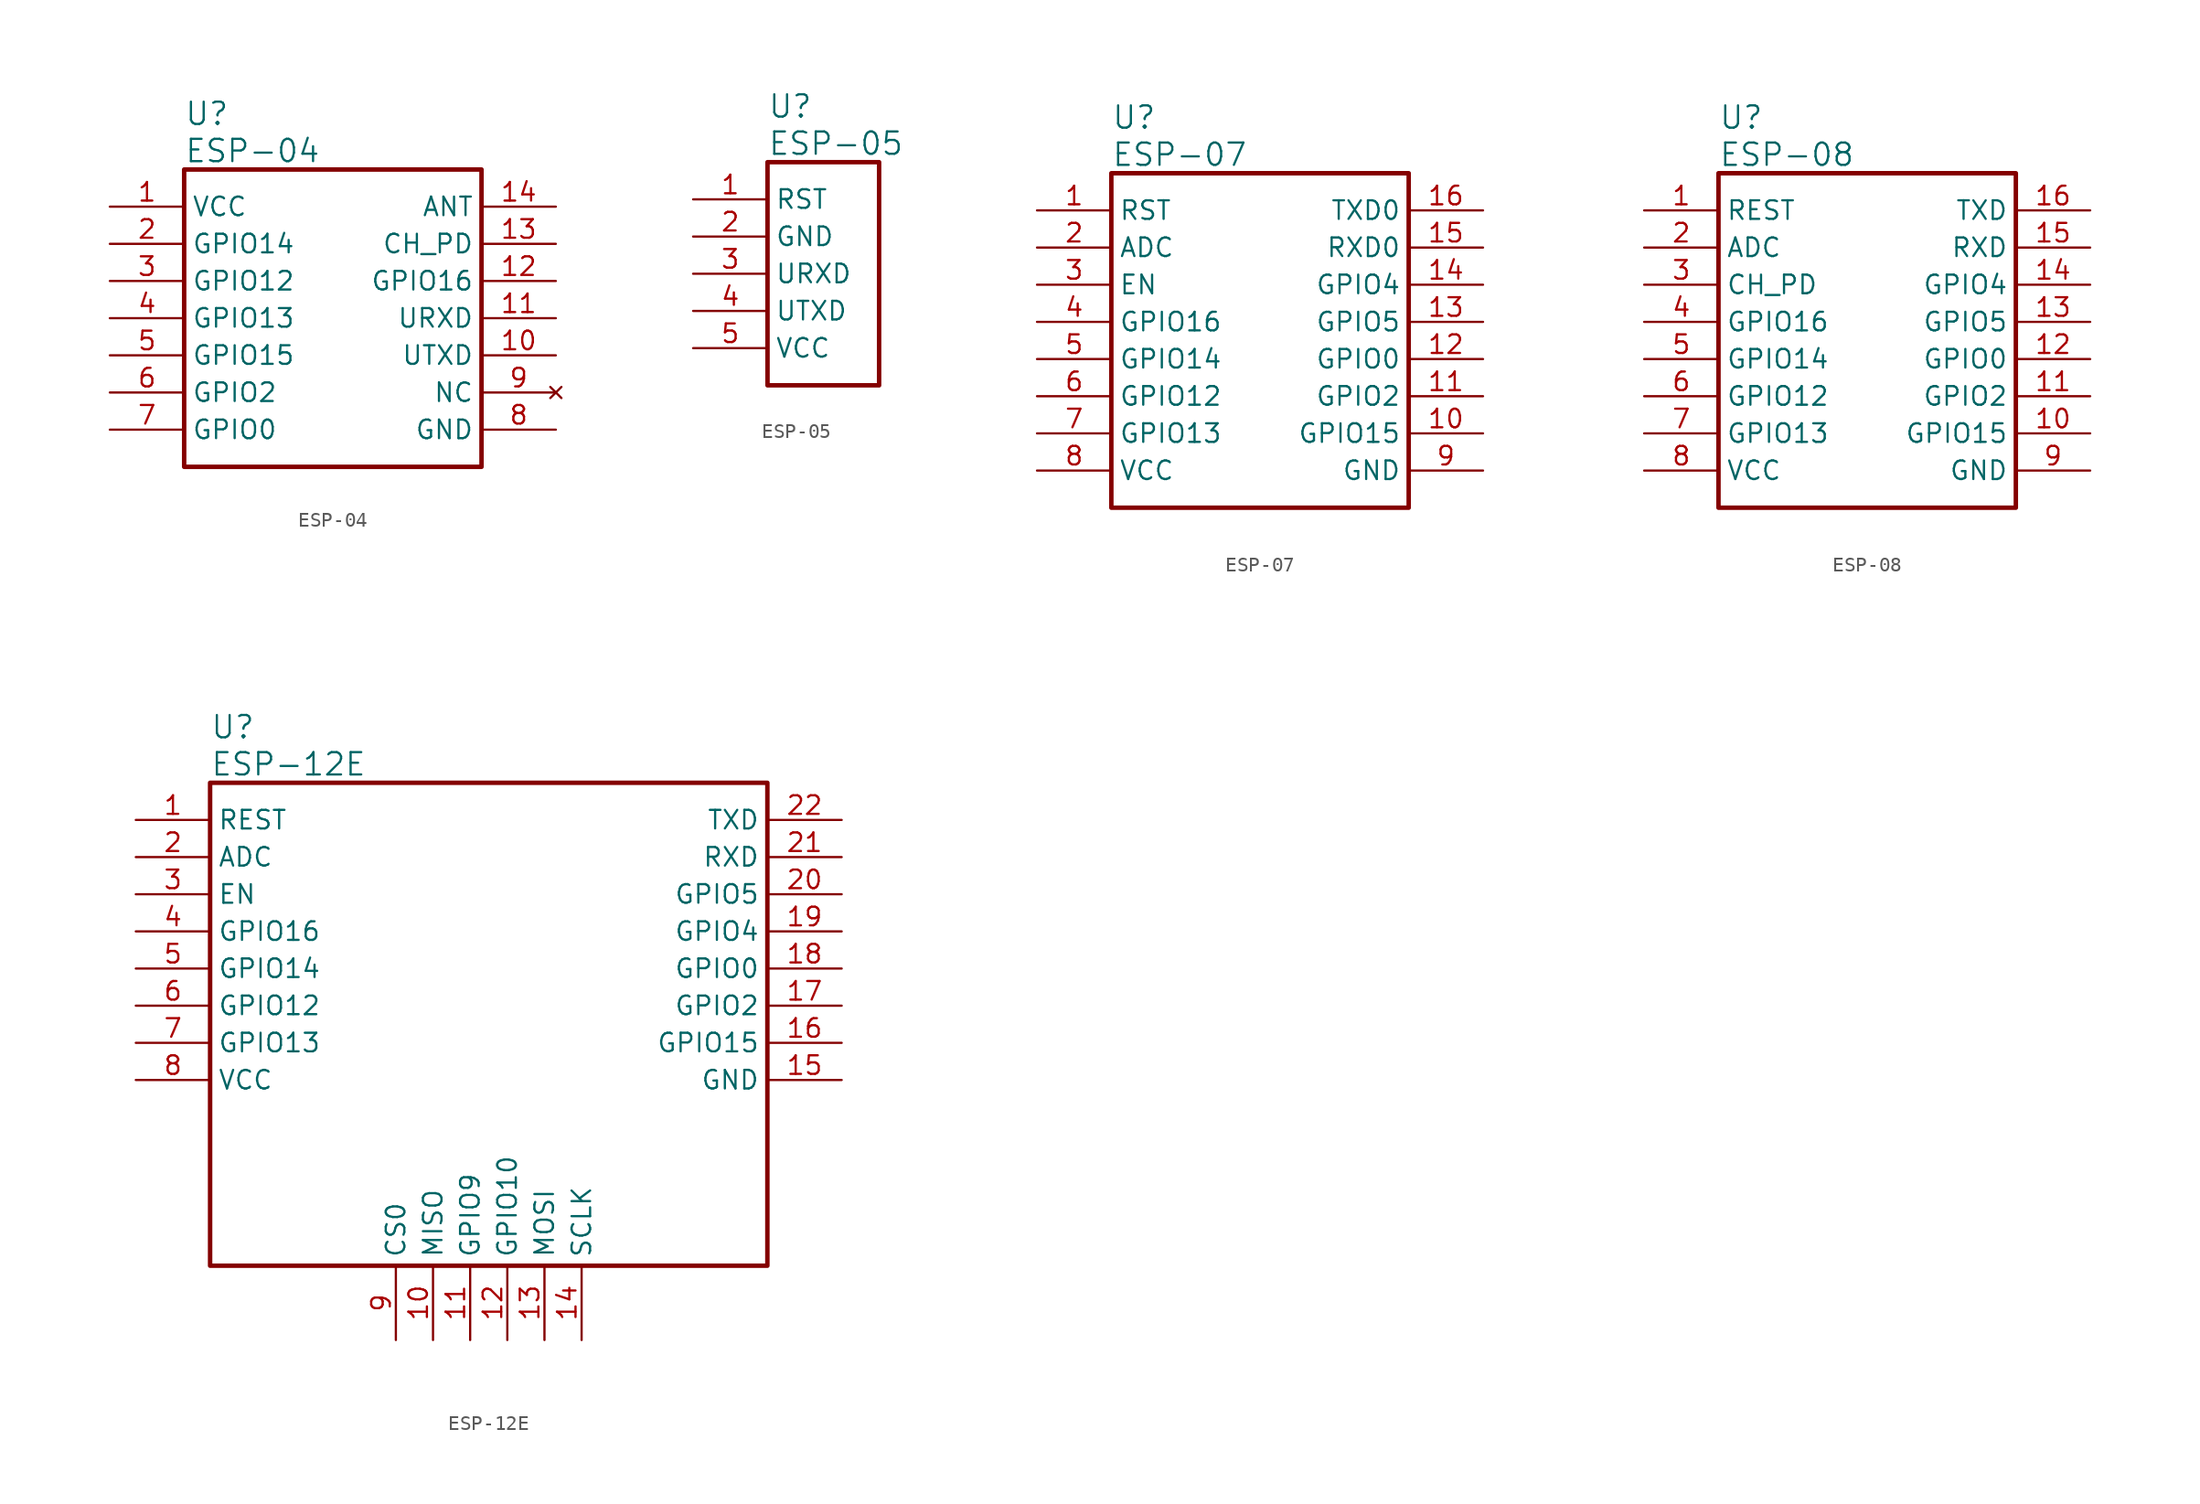
<source format=kicad_sym>
(kicad_symbol_lib
  (version 20201005)
  (generator kicad_symbol_editor)
  (symbol "Zimprich_neu:ESP-04"
    (property "Reference" "U"
      (at 5.08 6.35 0)
      (effects (font (size 1.524 1.524)) (justify left)))
    (property "Value" "ESP-04"
      (at 5.08 3.81 0)
      (effects (font (size 1.524 1.524)) (justify left)))
    (property "ki_locked" ""
      (at 0 0 0)
      (effects (font (size 1.27 1.27))))
    (symbol "ESP-04_1_1"
      (rectangle (start 5.08 2.54) (end 25.4 -17.78) (stroke (width 0.305)) (fill (type none)))
      (pin power_in line (at 0 0 0) (length 5.08) (name "VCC" (effects (font (size 1.27 1.27)))) (number "1" (effects (font (size 1.27 1.27)))))
      (pin output line (at 30.48 -10.16 180) (length 5.08) (name "UTXD" (effects (font (size 1.27 1.27)))) (number "10" (effects (font (size 1.27 1.27)))))
      (pin input line (at 30.48 -7.62 180) (length 5.08) (name "URXD" (effects (font (size 1.27 1.27)))) (number "11" (effects (font (size 1.27 1.27)))))
      (pin bidirectional line (at 30.48 -5.08 180) (length 5.08) (name "GPIO16" (effects (font (size 1.27 1.27)))) (number "12" (effects (font (size 1.27 1.27)))))
      (pin input line (at 30.48 -2.54 180) (length 5.08) (name "CH_PD" (effects (font (size 1.27 1.27)))) (number "13" (effects (font (size 1.27 1.27)))))
      (pin unspecified line (at 30.48 0 180) (length 5.08) (name "ANT" (effects (font (size 1.27 1.27)))) (number "14" (effects (font (size 1.27 1.27)))))
      (pin bidirectional line (at 0 -2.54 0) (length 5.08) (name "GPIO14" (effects (font (size 1.27 1.27)))) (number "2" (effects (font (size 1.27 1.27)))))
      (pin bidirectional line (at 0 -5.08 0) (length 5.08) (name "GPIO12" (effects (font (size 1.27 1.27)))) (number "3" (effects (font (size 1.27 1.27)))))
      (pin bidirectional line (at 0 -7.62 0) (length 5.08) (name "GPIO13" (effects (font (size 1.27 1.27)))) (number "4" (effects (font (size 1.27 1.27)))))
      (pin bidirectional line (at 0 -10.16 0) (length 5.08) (name "GPIO15" (effects (font (size 1.27 1.27)))) (number "5" (effects (font (size 1.27 1.27)))))
      (pin bidirectional line (at 0 -12.7 0) (length 5.08) (name "GPIO2" (effects (font (size 1.27 1.27)))) (number "6" (effects (font (size 1.27 1.27)))))
      (pin bidirectional line (at 0 -15.24 0) (length 5.08) (name "GPIO0" (effects (font (size 1.27 1.27)))) (number "7" (effects (font (size 1.27 1.27)))))
      (pin power_in line (at 30.48 -15.24 180) (length 5.08) (name "GND" (effects (font (size 1.27 1.27)))) (number "8" (effects (font (size 1.27 1.27)))))
      (pin unconnected line (at 30.48 -12.7 180) (length 5.08) (name "NC" (effects (font (size 1.27 1.27)))) (number "9" (effects (font (size 1.27 1.27)))))))
  (symbol "Zimprich_neu:ESP-05"
    (property "Reference" "U"
      (at 5.08 6.35 0)
      (effects (font (size 1.524 1.524)) (justify left)))
    (property "Value" "ESP-05"
      (at 5.08 3.81 0)
      (effects (font (size 1.524 1.524)) (justify left)))
    (property "ki_locked" ""
      (at 0 0 0)
      (effects (font (size 1.27 1.27))))
    (symbol "ESP-05_1_1"
      (rectangle (start 5.08 2.54) (end 12.7 -12.7) (stroke (width 0.305)) (fill (type none)))
      (pin input line (at 0 0 0) (length 5.08) (name "RST" (effects (font (size 1.27 1.27)))) (number "1" (effects (font (size 1.27 1.27)))))
      (pin power_in line (at 0 -2.54 0) (length 5.08) (name "GND" (effects (font (size 1.27 1.27)))) (number "2" (effects (font (size 1.27 1.27)))))
      (pin input line (at 0 -5.08 0) (length 5.08) (name "URXD" (effects (font (size 1.27 1.27)))) (number "3" (effects (font (size 1.27 1.27)))))
      (pin output line (at 0 -7.62 0) (length 5.08) (name "UTXD" (effects (font (size 1.27 1.27)))) (number "4" (effects (font (size 1.27 1.27)))))
      (pin power_in line (at 0 -10.16 0) (length 5.08) (name "VCC" (effects (font (size 1.27 1.27)))) (number "5" (effects (font (size 1.27 1.27)))))))
  (symbol "Zimprich_neu:ESP-07"
    (property "Reference" "U"
      (at 5.08 6.35 0)
      (effects (font (size 1.524 1.524)) (justify left)))
    (property "Value" "ESP-07"
      (at 5.08 3.81 0)
      (effects (font (size 1.524 1.524)) (justify left)))
    (property "ki_locked" ""
      (at 0 0 0)
      (effects (font (size 1.27 1.27))))
    (symbol "ESP-07_1_1"
      (rectangle (start 5.08 2.54) (end 25.4 -20.32) (stroke (width 0.305)) (fill (type none)))
      (pin input line (at 0 0 0) (length 5.08) (name "RST" (effects (font (size 1.27 1.27)))) (number "1" (effects (font (size 1.27 1.27)))))
      (pin bidirectional line (at 30.48 -15.24 180) (length 5.08) (name "GPIO15" (effects (font (size 1.27 1.27)))) (number "10" (effects (font (size 1.27 1.27)))))
      (pin bidirectional line (at 30.48 -12.7 180) (length 5.08) (name "GPIO2" (effects (font (size 1.27 1.27)))) (number "11" (effects (font (size 1.27 1.27)))))
      (pin bidirectional line (at 30.48 -10.16 180) (length 5.08) (name "GPIO0" (effects (font (size 1.27 1.27)))) (number "12" (effects (font (size 1.27 1.27)))))
      (pin bidirectional line (at 30.48 -7.62 180) (length 5.08) (name "GPIO5" (effects (font (size 1.27 1.27)))) (number "13" (effects (font (size 1.27 1.27)))))
      (pin bidirectional line (at 30.48 -5.08 180) (length 5.08) (name "GPIO4" (effects (font (size 1.27 1.27)))) (number "14" (effects (font (size 1.27 1.27)))))
      (pin input line (at 30.48 -2.54 180) (length 5.08) (name "RXD0" (effects (font (size 1.27 1.27)))) (number "15" (effects (font (size 1.27 1.27)))))
      (pin output line (at 30.48 0 180) (length 5.08) (name "TXD0" (effects (font (size 1.27 1.27)))) (number "16" (effects (font (size 1.27 1.27)))))
      (pin passive line (at 0 -2.54 0) (length 5.08) (name "ADC" (effects (font (size 1.27 1.27)))) (number "2" (effects (font (size 1.27 1.27)))))
      (pin input line (at 0 -5.08 0) (length 5.08) (name "EN" (effects (font (size 1.27 1.27)))) (number "3" (effects (font (size 1.27 1.27)))))
      (pin bidirectional line (at 0 -7.62 0) (length 5.08) (name "GPIO16" (effects (font (size 1.27 1.27)))) (number "4" (effects (font (size 1.27 1.27)))))
      (pin bidirectional line (at 0 -10.16 0) (length 5.08) (name "GPIO14" (effects (font (size 1.27 1.27)))) (number "5" (effects (font (size 1.27 1.27)))))
      (pin bidirectional line (at 0 -12.7 0) (length 5.08) (name "GPIO12" (effects (font (size 1.27 1.27)))) (number "6" (effects (font (size 1.27 1.27)))))
      (pin bidirectional line (at 0 -15.24 0) (length 5.08) (name "GPIO13" (effects (font (size 1.27 1.27)))) (number "7" (effects (font (size 1.27 1.27)))))
      (pin power_in line (at 0 -17.78 0) (length 5.08) (name "VCC" (effects (font (size 1.27 1.27)))) (number "8" (effects (font (size 1.27 1.27)))))
      (pin power_in line (at 30.48 -17.78 180) (length 5.08) (name "GND" (effects (font (size 1.27 1.27)))) (number "9" (effects (font (size 1.27 1.27)))))))
  (symbol "Zimprich_neu:ESP-08"
    (property "Reference" "U"
      (at 5.08 6.35 0)
      (effects (font (size 1.524 1.524)) (justify left)))
    (property "Value" "ESP-08"
      (at 5.08 3.81 0)
      (effects (font (size 1.524 1.524)) (justify left)))
    (property "ki_locked" ""
      (at 0 0 0)
      (effects (font (size 1.27 1.27))))
    (symbol "ESP-08_1_1"
      (rectangle (start 5.08 2.54) (end 25.4 -20.32) (stroke (width 0.305)) (fill (type none)))
      (pin input line (at 0 0 0) (length 5.08) (name "REST" (effects (font (size 1.27 1.27)))) (number "1" (effects (font (size 1.27 1.27)))))
      (pin bidirectional line (at 30.48 -15.24 180) (length 5.08) (name "GPIO15" (effects (font (size 1.27 1.27)))) (number "10" (effects (font (size 1.27 1.27)))))
      (pin bidirectional line (at 30.48 -12.7 180) (length 5.08) (name "GPIO2" (effects (font (size 1.27 1.27)))) (number "11" (effects (font (size 1.27 1.27)))))
      (pin bidirectional line (at 30.48 -10.16 180) (length 5.08) (name "GPIO0" (effects (font (size 1.27 1.27)))) (number "12" (effects (font (size 1.27 1.27)))))
      (pin bidirectional line (at 30.48 -7.62 180) (length 5.08) (name "GPIO5" (effects (font (size 1.27 1.27)))) (number "13" (effects (font (size 1.27 1.27)))))
      (pin bidirectional line (at 30.48 -5.08 180) (length 5.08) (name "GPIO4" (effects (font (size 1.27 1.27)))) (number "14" (effects (font (size 1.27 1.27)))))
      (pin input line (at 30.48 -2.54 180) (length 5.08) (name "RXD" (effects (font (size 1.27 1.27)))) (number "15" (effects (font (size 1.27 1.27)))))
      (pin output line (at 30.48 0 180) (length 5.08) (name "TXD" (effects (font (size 1.27 1.27)))) (number "16" (effects (font (size 1.27 1.27)))))
      (pin passive line (at 0 -2.54 0) (length 5.08) (name "ADC" (effects (font (size 1.27 1.27)))) (number "2" (effects (font (size 1.27 1.27)))))
      (pin input line (at 0 -5.08 0) (length 5.08) (name "CH_PD" (effects (font (size 1.27 1.27)))) (number "3" (effects (font (size 1.27 1.27)))))
      (pin bidirectional line (at 0 -7.62 0) (length 5.08) (name "GPIO16" (effects (font (size 1.27 1.27)))) (number "4" (effects (font (size 1.27 1.27)))))
      (pin bidirectional line (at 0 -10.16 0) (length 5.08) (name "GPIO14" (effects (font (size 1.27 1.27)))) (number "5" (effects (font (size 1.27 1.27)))))
      (pin bidirectional line (at 0 -12.7 0) (length 5.08) (name "GPIO12" (effects (font (size 1.27 1.27)))) (number "6" (effects (font (size 1.27 1.27)))))
      (pin bidirectional line (at 0 -15.24 0) (length 5.08) (name "GPIO13" (effects (font (size 1.27 1.27)))) (number "7" (effects (font (size 1.27 1.27)))))
      (pin power_in line (at 0 -17.78 0) (length 5.08) (name "VCC" (effects (font (size 1.27 1.27)))) (number "8" (effects (font (size 1.27 1.27)))))
      (pin power_in line (at 30.48 -17.78 180) (length 5.08) (name "GND" (effects (font (size 1.27 1.27)))) (number "9" (effects (font (size 1.27 1.27)))))))
  (symbol "Zimprich_neu:ESP-12E"
    (property "Reference" "U"
      (at 5.08 6.35 0)
      (effects (font (size 1.524 1.524)) (justify left)))
    (property "Value" "ESP-12E"
      (at 5.08 3.81 0)
      (effects (font (size 1.524 1.524)) (justify left)))
    (property "ki_locked" ""
      (at 0 0 0)
      (effects (font (size 1.27 1.27))))
    (symbol "ESP-12E_1_1"
      (rectangle (start 5.08 2.54) (end 43.18 -30.48) (stroke (width 0.305)) (fill (type none)))
      (pin input line (at 0 0 0) (length 5.08) (name "REST" (effects (font (size 1.27 1.27)))) (number "1" (effects (font (size 1.27 1.27)))))
      (pin bidirectional line (at 20.32 -35.56 90) (length 5.08) (name "MISO" (effects (font (size 1.27 1.27)))) (number "10" (effects (font (size 1.27 1.27)))))
      (pin bidirectional line (at 22.86 -35.56 90) (length 5.08) (name "GPIO9" (effects (font (size 1.27 1.27)))) (number "11" (effects (font (size 1.27 1.27)))))
      (pin bidirectional line (at 25.4 -35.56 90) (length 5.08) (name "GPIO10" (effects (font (size 1.27 1.27)))) (number "12" (effects (font (size 1.27 1.27)))))
      (pin bidirectional line (at 27.94 -35.56 90) (length 5.08) (name "MOSI" (effects (font (size 1.27 1.27)))) (number "13" (effects (font (size 1.27 1.27)))))
      (pin bidirectional line (at 30.48 -35.56 90) (length 5.08) (name "SCLK" (effects (font (size 1.27 1.27)))) (number "14" (effects (font (size 1.27 1.27)))))
      (pin power_in line (at 48.26 -17.78 180) (length 5.08) (name "GND" (effects (font (size 1.27 1.27)))) (number "15" (effects (font (size 1.27 1.27)))))
      (pin bidirectional line (at 48.26 -15.24 180) (length 5.08) (name "GPIO15" (effects (font (size 1.27 1.27)))) (number "16" (effects (font (size 1.27 1.27)))))
      (pin bidirectional line (at 48.26 -12.7 180) (length 5.08) (name "GPIO2" (effects (font (size 1.27 1.27)))) (number "17" (effects (font (size 1.27 1.27)))))
      (pin bidirectional line (at 48.26 -10.16 180) (length 5.08) (name "GPIO0" (effects (font (size 1.27 1.27)))) (number "18" (effects (font (size 1.27 1.27)))))
      (pin bidirectional line (at 48.26 -7.62 180) (length 5.08) (name "GPIO4" (effects (font (size 1.27 1.27)))) (number "19" (effects (font (size 1.27 1.27)))))
      (pin passive line (at 0 -2.54 0) (length 5.08) (name "ADC" (effects (font (size 1.27 1.27)))) (number "2" (effects (font (size 1.27 1.27)))))
      (pin bidirectional line (at 48.26 -5.08 180) (length 5.08) (name "GPIO5" (effects (font (size 1.27 1.27)))) (number "20" (effects (font (size 1.27 1.27)))))
      (pin input line (at 48.26 -2.54 180) (length 5.08) (name "RXD" (effects (font (size 1.27 1.27)))) (number "21" (effects (font (size 1.27 1.27)))))
      (pin output line (at 48.26 0 180) (length 5.08) (name "TXD" (effects (font (size 1.27 1.27)))) (number "22" (effects (font (size 1.27 1.27)))))
      (pin input line (at 0 -5.08 0) (length 5.08) (name "EN" (effects (font (size 1.27 1.27)))) (number "3" (effects (font (size 1.27 1.27)))))
      (pin bidirectional line (at 0 -7.62 0) (length 5.08) (name "GPIO16" (effects (font (size 1.27 1.27)))) (number "4" (effects (font (size 1.27 1.27)))))
      (pin bidirectional line (at 0 -10.16 0) (length 5.08) (name "GPIO14" (effects (font (size 1.27 1.27)))) (number "5" (effects (font (size 1.27 1.27)))))
      (pin bidirectional line (at 0 -12.7 0) (length 5.08) (name "GPIO12" (effects (font (size 1.27 1.27)))) (number "6" (effects (font (size 1.27 1.27)))))
      (pin bidirectional line (at 0 -15.24 0) (length 5.08) (name "GPIO13" (effects (font (size 1.27 1.27)))) (number "7" (effects (font (size 1.27 1.27)))))
      (pin power_in line (at 0 -17.78 0) (length 5.08) (name "VCC" (effects (font (size 1.27 1.27)))) (number "8" (effects (font (size 1.27 1.27)))))
      (pin bidirectional line (at 17.78 -35.56 90) (length 5.08) (name "CS0" (effects (font (size 1.27 1.27)))) (number "9" (effects (font (size 1.27 1.27))))))))
</source>
